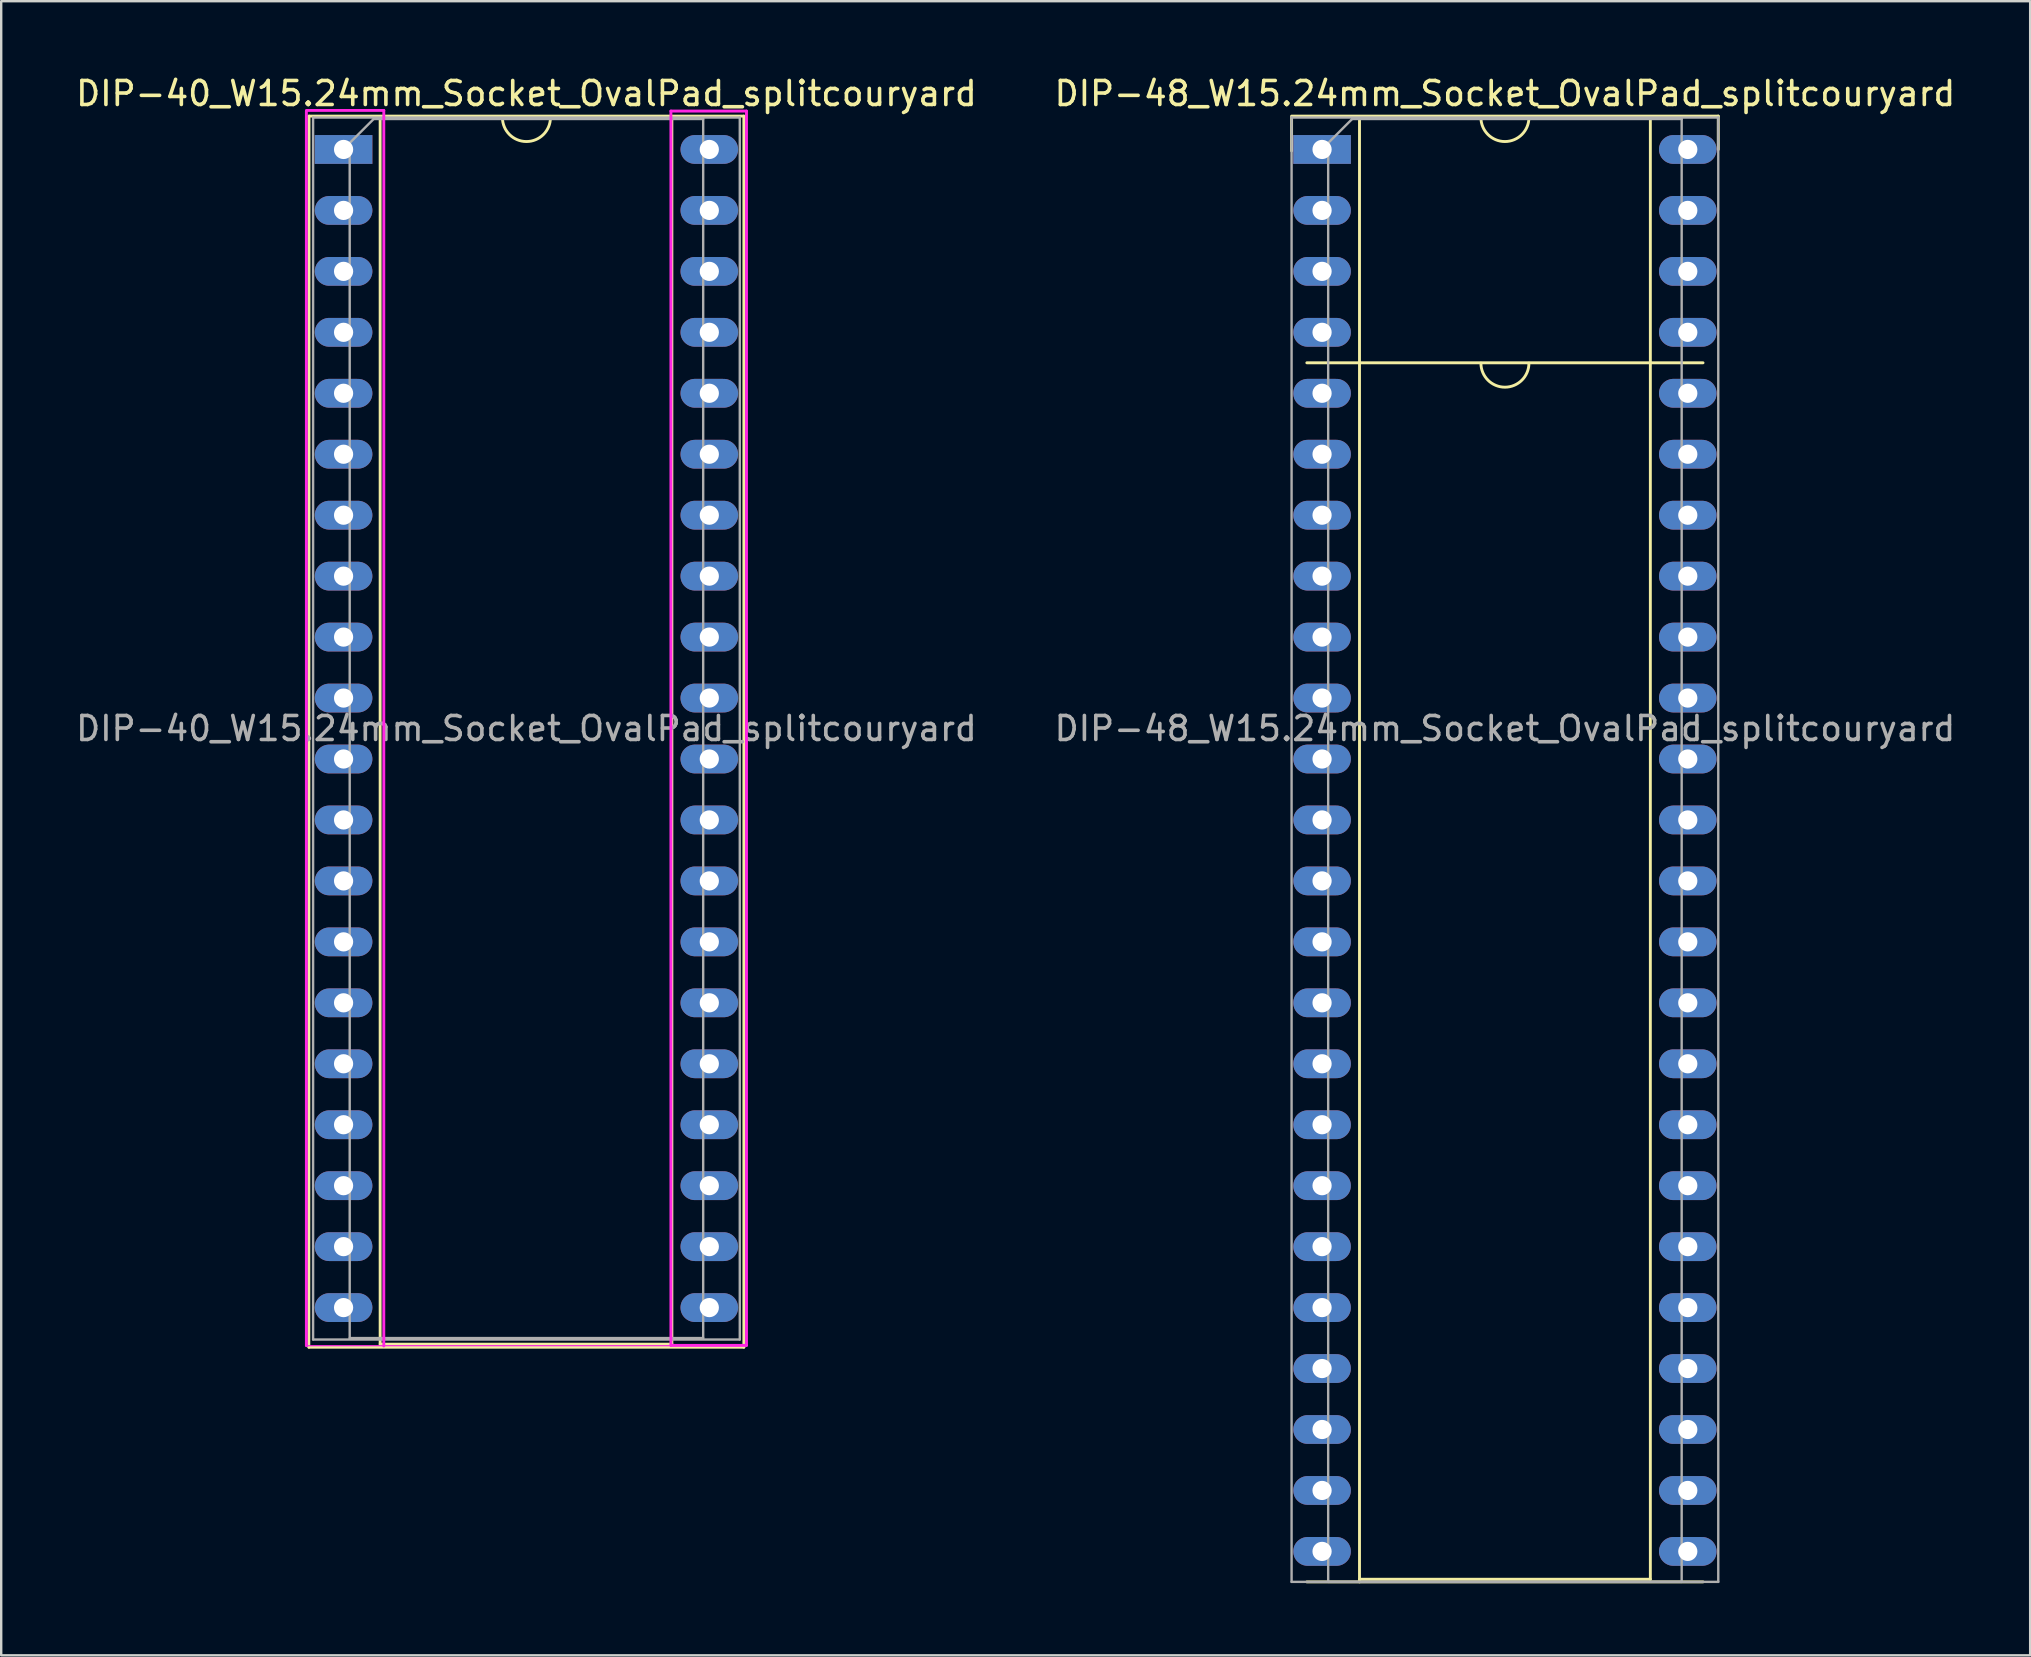
<source format=kicad_pcb>
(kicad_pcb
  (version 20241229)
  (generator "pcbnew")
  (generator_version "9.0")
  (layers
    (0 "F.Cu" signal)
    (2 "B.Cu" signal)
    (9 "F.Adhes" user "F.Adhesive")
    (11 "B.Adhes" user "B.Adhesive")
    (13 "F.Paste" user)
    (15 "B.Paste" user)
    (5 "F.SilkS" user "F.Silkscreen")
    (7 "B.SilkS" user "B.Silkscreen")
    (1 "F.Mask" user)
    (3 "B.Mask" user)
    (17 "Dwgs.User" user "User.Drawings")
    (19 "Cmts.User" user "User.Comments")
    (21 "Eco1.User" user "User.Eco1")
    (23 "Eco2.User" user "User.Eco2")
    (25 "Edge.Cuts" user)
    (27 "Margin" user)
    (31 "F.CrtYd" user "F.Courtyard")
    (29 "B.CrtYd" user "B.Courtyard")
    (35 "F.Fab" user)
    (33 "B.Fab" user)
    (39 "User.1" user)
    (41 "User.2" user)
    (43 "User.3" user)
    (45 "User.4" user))
  (footprint "DIP-48_W15.24mm_Socket_OvalPad_splitcouryard"
    (layer "F.Cu")
    (at 52.041 3.178)
    (property "Reference" "DIP-48_W15.24mm_Socket_OvalPad_splitcouryard" (at 7.62 -2.33 0) (layer "F.SilkS") (effects (font (size 1 1) (thickness 0.15))))
    (attr through_hole)
    (fp_line (start -1.27 -1.33) (end -1.27 0.06) (stroke (width 0.12) (type default)) (layer "F.SilkS"))
    (fp_line (start -0.635 8.89) (end 15.875 8.89) (stroke (width 0.12) (type default)) (layer "F.SilkS"))
    (fp_line (start -0.635 59.69) (end 15.875 59.69) (stroke (width 0.12) (type solid)) (layer "F.SilkS"))
    (fp_line (start 1.56 -1.33) (end 1.56 59.69) (stroke (width 0.12) (type solid)) (layer "F.SilkS"))
    (fp_line (start 1.56 59.58) (end 13.68 59.58) (stroke (width 0.12) (type solid)) (layer "F.SilkS"))
    (fp_line (start 6.62 -1.33) (end 1.56 -1.33) (stroke (width 0.12) (type solid)) (layer "F.SilkS"))
    (fp_line (start 13.68 -1.33) (end 8.62 -1.33) (stroke (width 0.12) (type solid)) (layer "F.SilkS"))
    (fp_line (start 13.68 59.58) (end 13.68 -1.33) (stroke (width 0.12) (type solid)) (layer "F.SilkS"))
    (fp_line (start 16.51 -1.39) (end -1.27 -1.39) (stroke (width 0.12) (type solid)) (layer "F.SilkS"))
    (fp_line (start 16.51 -1.39) (end 16.51 0) (stroke (width 0.12) (type default)) (layer "F.SilkS"))
    (fp_arc (start 8.62 -1.33) (mid 7.62 -0.33) (end 6.62 -1.33) (stroke (width 0.12) (type solid)) (layer "F.SilkS"))
    (fp_arc (start 8.62 8.906) (mid 7.62 9.906) (end 6.62 8.906) (stroke (width 0.12) (type solid)) (layer "F.SilkS"))
    (fp_line (start -1.27 -1.33) (end -1.27 59.69) (stroke (width 0.1) (type solid)) (layer "F.Fab"))
    (fp_line (start -1.27 59.69) (end 16.51 59.69) (stroke (width 0.1) (type solid)) (layer "F.Fab"))
    (fp_line (start 0.255 -0.27) (end 1.255 -1.27) (stroke (width 0.1) (type solid)) (layer "F.Fab"))
    (fp_line (start 0.255 59.69) (end 0.255 -0.27) (stroke (width 0.1) (type solid)) (layer "F.Fab"))
    (fp_line (start 1.255 -1.27) (end 14.985 -1.27) (stroke (width 0.1) (type solid)) (layer "F.Fab"))
    (fp_line (start 14.985 -1.27) (end 14.985 59.69) (stroke (width 0.1) (type solid)) (layer "F.Fab"))
    (fp_line (start 14.985 59.69) (end 0.255 59.69) (stroke (width 0.1) (type solid)) (layer "F.Fab"))
    (fp_line (start 16.51 -1.33) (end -1.27 -1.33) (stroke (width 0.1) (type solid)) (layer "F.Fab"))
    (fp_line (start 16.51 59.69) (end 16.51 -1.33) (stroke (width 0.1) (type solid)) (layer "F.Fab"))
    (fp_text user "${REFERENCE}" (at 7.62 24.13 0) (layer "F.Fab") (effects (font (size 1 1) (thickness 0.15))))
    (pad "1" thru_hole rect (at 0 0) (size 2.4 1.2) (drill 0.8) (layers "*.Cu" "*.Mask"))
    (pad "2" thru_hole oval (at 0 2.54) (size 2.4 1.2) (drill 0.8) (layers "*.Cu" "*.Mask"))
    (pad "3" thru_hole oval (at 0 5.08) (size 2.4 1.2) (drill 0.8) (layers "*.Cu" "*.Mask"))
    (pad "4" thru_hole oval (at 0 7.62) (size 2.4 1.2) (drill 0.8) (layers "*.Cu" "*.Mask"))
    (pad "5" thru_hole oval (at 0 10.16) (size 2.4 1.2) (drill 0.8) (layers "*.Cu" "*.Mask"))
    (pad "6" thru_hole oval (at 0 12.7) (size 2.4 1.2) (drill 0.8) (layers "*.Cu" "*.Mask"))
    (pad "7" thru_hole oval (at 0 15.24) (size 2.4 1.2) (drill 0.8) (layers "*.Cu" "*.Mask"))
    (pad "8" thru_hole oval (at 0 17.78) (size 2.4 1.2) (drill 0.8) (layers "*.Cu" "*.Mask"))
    (pad "9" thru_hole oval (at 0 20.32) (size 2.4 1.2) (drill 0.8) (layers "*.Cu" "*.Mask"))
    (pad "10" thru_hole oval (at 0 22.86) (size 2.4 1.2) (drill 0.8) (layers "*.Cu" "*.Mask"))
    (pad "11" thru_hole oval (at 0 25.4) (size 2.4 1.2) (drill 0.8) (layers "*.Cu" "*.Mask"))
    (pad "12" thru_hole oval (at 0 27.94) (size 2.4 1.2) (drill 0.8) (layers "*.Cu" "*.Mask"))
    (pad "13" thru_hole oval (at 0 30.48) (size 2.4 1.2) (drill 0.8) (layers "*.Cu" "*.Mask"))
    (pad "14" thru_hole oval (at 0 33.02) (size 2.4 1.2) (drill 0.8) (layers "*.Cu" "*.Mask"))
    (pad "15" thru_hole oval (at 0 35.56) (size 2.4 1.2) (drill 0.8) (layers "*.Cu" "*.Mask"))
    (pad "16" thru_hole oval (at 0 38.1) (size 2.4 1.2) (drill 0.8) (layers "*.Cu" "*.Mask"))
    (pad "17" thru_hole oval (at 0 40.64) (size 2.4 1.2) (drill 0.8) (layers "*.Cu" "*.Mask"))
    (pad "18" thru_hole oval (at 0 43.18) (size 2.4 1.2) (drill 0.8) (layers "*.Cu" "*.Mask"))
    (pad "19" thru_hole oval (at 0 45.72) (size 2.4 1.2) (drill 0.8) (layers "*.Cu" "*.Mask"))
    (pad "20" thru_hole oval (at 0 48.26) (size 2.4 1.2) (drill 0.8) (layers "*.Cu" "*.Mask"))
    (pad "21" thru_hole oval (at 0 50.8) (size 2.4 1.2) (drill 0.8) (layers "*.Cu" "*.Mask"))
    (pad "22" thru_hole oval (at 0 53.34) (size 2.4 1.2) (drill 0.8) (layers "*.Cu" "*.Mask"))
    (pad "23" thru_hole oval (at 0 55.88) (size 2.4 1.2) (drill 0.8) (layers "*.Cu" "*.Mask"))
    (pad "24" thru_hole oval (at 0 58.42) (size 2.4 1.2) (drill 0.8) (layers "*.Cu" "*.Mask"))
    (pad "25" thru_hole oval (at 15.24 58.42) (size 2.4 1.2) (drill 0.8) (layers "*.Cu" "*.Mask"))
    (pad "26" thru_hole oval (at 15.24 55.88) (size 2.4 1.2) (drill 0.8) (layers "*.Cu" "*.Mask"))
    (pad "27" thru_hole oval (at 15.24 53.34) (size 2.4 1.2) (drill 0.8) (layers "*.Cu" "*.Mask"))
    (pad "28" thru_hole oval (at 15.24 50.8) (size 2.4 1.2) (drill 0.8) (layers "*.Cu" "*.Mask"))
    (pad "29" thru_hole oval (at 15.24 48.26) (size 2.4 1.2) (drill 0.8) (layers "*.Cu" "*.Mask"))
    (pad "30" thru_hole oval (at 15.24 45.72) (size 2.4 1.2) (drill 0.8) (layers "*.Cu" "*.Mask"))
    (pad "31" thru_hole oval (at 15.24 43.18) (size 2.4 1.2) (drill 0.8) (layers "*.Cu" "*.Mask"))
    (pad "32" thru_hole oval (at 15.24 40.64) (size 2.4 1.2) (drill 0.8) (layers "*.Cu" "*.Mask"))
    (pad "33" thru_hole oval (at 15.24 38.1) (size 2.4 1.2) (drill 0.8) (layers "*.Cu" "*.Mask"))
    (pad "34" thru_hole oval (at 15.24 35.56) (size 2.4 1.2) (drill 0.8) (layers "*.Cu" "*.Mask"))
    (pad "35" thru_hole oval (at 15.24 33.02) (size 2.4 1.2) (drill 0.8) (layers "*.Cu" "*.Mask"))
    (pad "36" thru_hole oval (at 15.24 30.48) (size 2.4 1.2) (drill 0.8) (layers "*.Cu" "*.Mask"))
    (pad "37" thru_hole oval (at 15.24 27.94) (size 2.4 1.2) (drill 0.8) (layers "*.Cu" "*.Mask"))
    (pad "38" thru_hole oval (at 15.24 25.4) (size 2.4 1.2) (drill 0.8) (layers "*.Cu" "*.Mask"))
    (pad "39" thru_hole oval (at 15.24 22.86) (size 2.4 1.2) (drill 0.8) (layers "*.Cu" "*.Mask"))
    (pad "40" thru_hole oval (at 15.24 20.32) (size 2.4 1.2) (drill 0.8) (layers "*.Cu" "*.Mask"))
    (pad "41" thru_hole oval (at 15.24 17.78) (size 2.4 1.2) (drill 0.8) (layers "*.Cu" "*.Mask"))
    (pad "42" thru_hole oval (at 15.24 15.24) (size 2.4 1.2) (drill 0.8) (layers "*.Cu" "*.Mask"))
    (pad "43" thru_hole oval (at 15.24 12.7) (size 2.4 1.2) (drill 0.8) (layers "*.Cu" "*.Mask"))
    (pad "44" thru_hole oval (at 15.24 10.16) (size 2.4 1.2) (drill 0.8) (layers "*.Cu" "*.Mask"))
    (pad "45" thru_hole oval (at 15.24 7.62) (size 2.4 1.2) (drill 0.8) (layers "*.Cu" "*.Mask"))
    (pad "46" thru_hole oval (at 15.24 5.08) (size 2.4 1.2) (drill 0.8) (layers "*.Cu" "*.Mask"))
    (pad "47" thru_hole oval (at 15.24 2.54) (size 2.4 1.2) (drill 0.8) (layers "*.Cu" "*.Mask"))
    (pad "48" thru_hole oval (at 15.24 0) (size 2.4 1.2) (drill 0.8) (layers "*.Cu" "*.Mask")))
  (footprint "DIP-40_W15.24mm_Socket_OvalPad_splitcouryard"
    (layer "F.Cu")
    (at 11.267 3.178)
    (property "Reference" "DIP-40_W15.24mm_Socket_OvalPad_splitcouryard" (at 7.62 -2.33 0) (layer "F.SilkS") (effects (font (size 1 1) (thickness 0.15))))
    (attr through_hole)
    (fp_line (start -1.44 -1.39) (end -1.448 49.911) (stroke (width 0.12) (type solid)) (layer "F.SilkS"))
    (fp_line (start -1.44 49.911) (end 16.68 49.911) (stroke (width 0.12) (type solid)) (layer "F.SilkS"))
    (fp_line (start 1.524 -1.33) (end 1.524 49.784) (stroke (width 0.12) (type solid)) (layer "F.SilkS"))
    (fp_line (start 1.524 49.784) (end 13.68 49.784) (stroke (width 0.12) (type solid)) (layer "F.SilkS"))
    (fp_line (start 6.62 -1.33) (end 1.56 -1.33) (stroke (width 0.12) (type solid)) (layer "F.SilkS"))
    (fp_line (start 13.68 -1.33) (end 8.62 -1.33) (stroke (width 0.12) (type solid)) (layer "F.SilkS"))
    (fp_line (start 13.68 49.784) (end 13.68 -1.33) (stroke (width 0.12) (type solid)) (layer "F.SilkS"))
    (fp_line (start 16.68 -1.39) (end -1.44 -1.39) (stroke (width 0.12) (type solid)) (layer "F.SilkS"))
    (fp_line (start 16.68 49.911) (end 16.68 -1.39) (stroke (width 0.12) (type solid)) (layer "F.SilkS"))
    (fp_arc (start 8.62 -1.33) (mid 7.62 -0.33) (end 6.62 -1.33) (stroke (width 0.12) (type solid)) (layer "F.SilkS"))
    (fp_line (start -1.55 -1.6) (end -1.55 49.85) (stroke (width 0.05) (type solid)) (layer "F.CrtYd"))
    (fp_line (start -1.55 -1.6) (end -1.55 49.85) (stroke (width 0.12) (type solid)) (layer "F.CrtYd"))
    (fp_line (start -1.55 49.85) (end 16.8 49.85) (stroke (width 0.05) (type solid)) (layer "F.CrtYd"))
    (fp_line (start 1.676 -1.626) (end -1.549 -1.626) (stroke (width 0.12) (type solid)) (layer "F.CrtYd"))
    (fp_line (start 1.676 49.86) (end 1.676 -1.626) (stroke (width 0.12) (type solid)) (layer "F.CrtYd"))
    (fp_line (start 13.64 -1.6) (end 13.64 49.835) (stroke (width 0.12) (type solid)) (layer "F.CrtYd"))
    (fp_line (start 13.64 49.835) (end 16.789 49.835) (stroke (width 0.12) (type solid)) (layer "F.CrtYd"))
    (fp_line (start 16.789 -1.6) (end 13.64 -1.6) (stroke (width 0.12) (type solid)) (layer "F.CrtYd"))
    (fp_line (start 16.789 49.835) (end 16.789 -1.6) (stroke (width 0.12) (type solid)) (layer "F.CrtYd"))
    (fp_line (start 16.8 49.85) (end 16.8 -1.6) (stroke (width 0.05) (type solid)) (layer "F.CrtYd"))
    (fp_line (start -1.27 -1.33) (end -1.27 49.59) (stroke (width 0.1) (type solid)) (layer "F.Fab"))
    (fp_line (start -1.27 49.59) (end 16.51 49.59) (stroke (width 0.1) (type solid)) (layer "F.Fab"))
    (fp_line (start 0.255 -0.27) (end 1.255 -1.27) (stroke (width 0.1) (type solid)) (layer "F.Fab"))
    (fp_line (start 0.255 49.53) (end 0.255 -0.27) (stroke (width 0.1) (type solid)) (layer "F.Fab"))
    (fp_line (start 1.255 -1.27) (end 14.985 -1.27) (stroke (width 0.1) (type solid)) (layer "F.Fab"))
    (fp_line (start 14.985 -1.27) (end 14.985 49.53) (stroke (width 0.1) (type solid)) (layer "F.Fab"))
    (fp_line (start 14.985 49.53) (end 0.255 49.53) (stroke (width 0.1) (type solid)) (layer "F.Fab"))
    (fp_line (start 16.51 -1.33) (end -1.27 -1.33) (stroke (width 0.1) (type solid)) (layer "F.Fab"))
    (fp_line (start 16.51 49.59) (end 16.51 -1.33) (stroke (width 0.1) (type solid)) (layer "F.Fab"))
    (fp_text user "${REFERENCE}" (at 7.62 24.13 0) (layer "F.Fab") (effects (font (size 1 1) (thickness 0.15))))
    (pad "1" thru_hole rect (at 0 0) (size 2.4 1.2) (drill 0.8) (layers "*.Cu" "*.Mask"))
    (pad "2" thru_hole oval (at 0 2.54) (size 2.4 1.2) (drill 0.8) (layers "*.Cu" "*.Mask"))
    (pad "3" thru_hole oval (at 0 5.08) (size 2.4 1.2) (drill 0.8) (layers "*.Cu" "*.Mask"))
    (pad "4" thru_hole oval (at 0 7.62) (size 2.4 1.2) (drill 0.8) (layers "*.Cu" "*.Mask"))
    (pad "5" thru_hole oval (at 0 10.16) (size 2.4 1.2) (drill 0.8) (layers "*.Cu" "*.Mask"))
    (pad "6" thru_hole oval (at 0 12.7) (size 2.4 1.2) (drill 0.8) (layers "*.Cu" "*.Mask"))
    (pad "7" thru_hole oval (at 0 15.24) (size 2.4 1.2) (drill 0.8) (layers "*.Cu" "*.Mask"))
    (pad "8" thru_hole oval (at 0 17.78) (size 2.4 1.2) (drill 0.8) (layers "*.Cu" "*.Mask"))
    (pad "9" thru_hole oval (at 0 20.32) (size 2.4 1.2) (drill 0.8) (layers "*.Cu" "*.Mask"))
    (pad "10" thru_hole oval (at 0 22.86) (size 2.4 1.2) (drill 0.8) (layers "*.Cu" "*.Mask"))
    (pad "11" thru_hole oval (at 0 25.4) (size 2.4 1.2) (drill 0.8) (layers "*.Cu" "*.Mask"))
    (pad "12" thru_hole oval (at 0 27.94) (size 2.4 1.2) (drill 0.8) (layers "*.Cu" "*.Mask"))
    (pad "13" thru_hole oval (at 0 30.48) (size 2.4 1.2) (drill 0.8) (layers "*.Cu" "*.Mask"))
    (pad "14" thru_hole oval (at 0 33.02) (size 2.4 1.2) (drill 0.8) (layers "*.Cu" "*.Mask"))
    (pad "15" thru_hole oval (at 0 35.56) (size 2.4 1.2) (drill 0.8) (layers "*.Cu" "*.Mask"))
    (pad "16" thru_hole oval (at 0 38.1) (size 2.4 1.2) (drill 0.8) (layers "*.Cu" "*.Mask"))
    (pad "17" thru_hole oval (at 0 40.64) (size 2.4 1.2) (drill 0.8) (layers "*.Cu" "*.Mask"))
    (pad "18" thru_hole oval (at 0 43.18) (size 2.4 1.2) (drill 0.8) (layers "*.Cu" "*.Mask"))
    (pad "19" thru_hole oval (at 0 45.72) (size 2.4 1.2) (drill 0.8) (layers "*.Cu" "*.Mask"))
    (pad "20" thru_hole oval (at 0 48.26) (size 2.4 1.2) (drill 0.8) (layers "*.Cu" "*.Mask"))
    (pad "29" thru_hole oval (at 15.24 48.26) (size 2.4 1.2) (drill 0.8) (layers "*.Cu" "*.Mask"))
    (pad "30" thru_hole oval (at 15.24 45.72) (size 2.4 1.2) (drill 0.8) (layers "*.Cu" "*.Mask"))
    (pad "31" thru_hole oval (at 15.24 43.18) (size 2.4 1.2) (drill 0.8) (layers "*.Cu" "*.Mask"))
    (pad "32" thru_hole oval (at 15.24 40.64) (size 2.4 1.2) (drill 0.8) (layers "*.Cu" "*.Mask"))
    (pad "33" thru_hole oval (at 15.24 38.1) (size 2.4 1.2) (drill 0.8) (layers "*.Cu" "*.Mask"))
    (pad "34" thru_hole oval (at 15.24 35.56) (size 2.4 1.2) (drill 0.8) (layers "*.Cu" "*.Mask"))
    (pad "35" thru_hole oval (at 15.24 33.02) (size 2.4 1.2) (drill 0.8) (layers "*.Cu" "*.Mask"))
    (pad "36" thru_hole oval (at 15.24 30.48) (size 2.4 1.2) (drill 0.8) (layers "*.Cu" "*.Mask"))
    (pad "37" thru_hole oval (at 15.24 27.94) (size 2.4 1.2) (drill 0.8) (layers "*.Cu" "*.Mask"))
    (pad "38" thru_hole oval (at 15.24 25.4) (size 2.4 1.2) (drill 0.8) (layers "*.Cu" "*.Mask"))
    (pad "39" thru_hole oval (at 15.24 22.86) (size 2.4 1.2) (drill 0.8) (layers "*.Cu" "*.Mask"))
    (pad "40" thru_hole oval (at 15.24 20.32) (size 2.4 1.2) (drill 0.8) (layers "*.Cu" "*.Mask"))
    (pad "41" thru_hole oval (at 15.24 17.78) (size 2.4 1.2) (drill 0.8) (layers "*.Cu" "*.Mask"))
    (pad "42" thru_hole oval (at 15.24 15.24) (size 2.4 1.2) (drill 0.8) (layers "*.Cu" "*.Mask"))
    (pad "43" thru_hole oval (at 15.24 12.7) (size 2.4 1.2) (drill 0.8) (layers "*.Cu" "*.Mask"))
    (pad "44" thru_hole oval (at 15.24 10.16) (size 2.4 1.2) (drill 0.8) (layers "*.Cu" "*.Mask"))
    (pad "45" thru_hole oval (at 15.24 7.62) (size 2.4 1.2) (drill 0.8) (layers "*.Cu" "*.Mask"))
    (pad "46" thru_hole oval (at 15.24 5.08) (size 2.4 1.2) (drill 0.8) (layers "*.Cu" "*.Mask"))
    (pad "47" thru_hole oval (at 15.24 2.54) (size 2.4 1.2) (drill 0.8) (layers "*.Cu" "*.Mask"))
    (pad "48" thru_hole oval (at 15.24 0) (size 2.4 1.2) (drill 0.8) (layers "*.Cu" "*.Mask")))
  (gr_rect
    (start -3 -3)
    (end 81.548 65.928)
    (stroke (width 0.1) (type default))
    (fill no)
    (layer "Edge.Cuts")))
</source>
